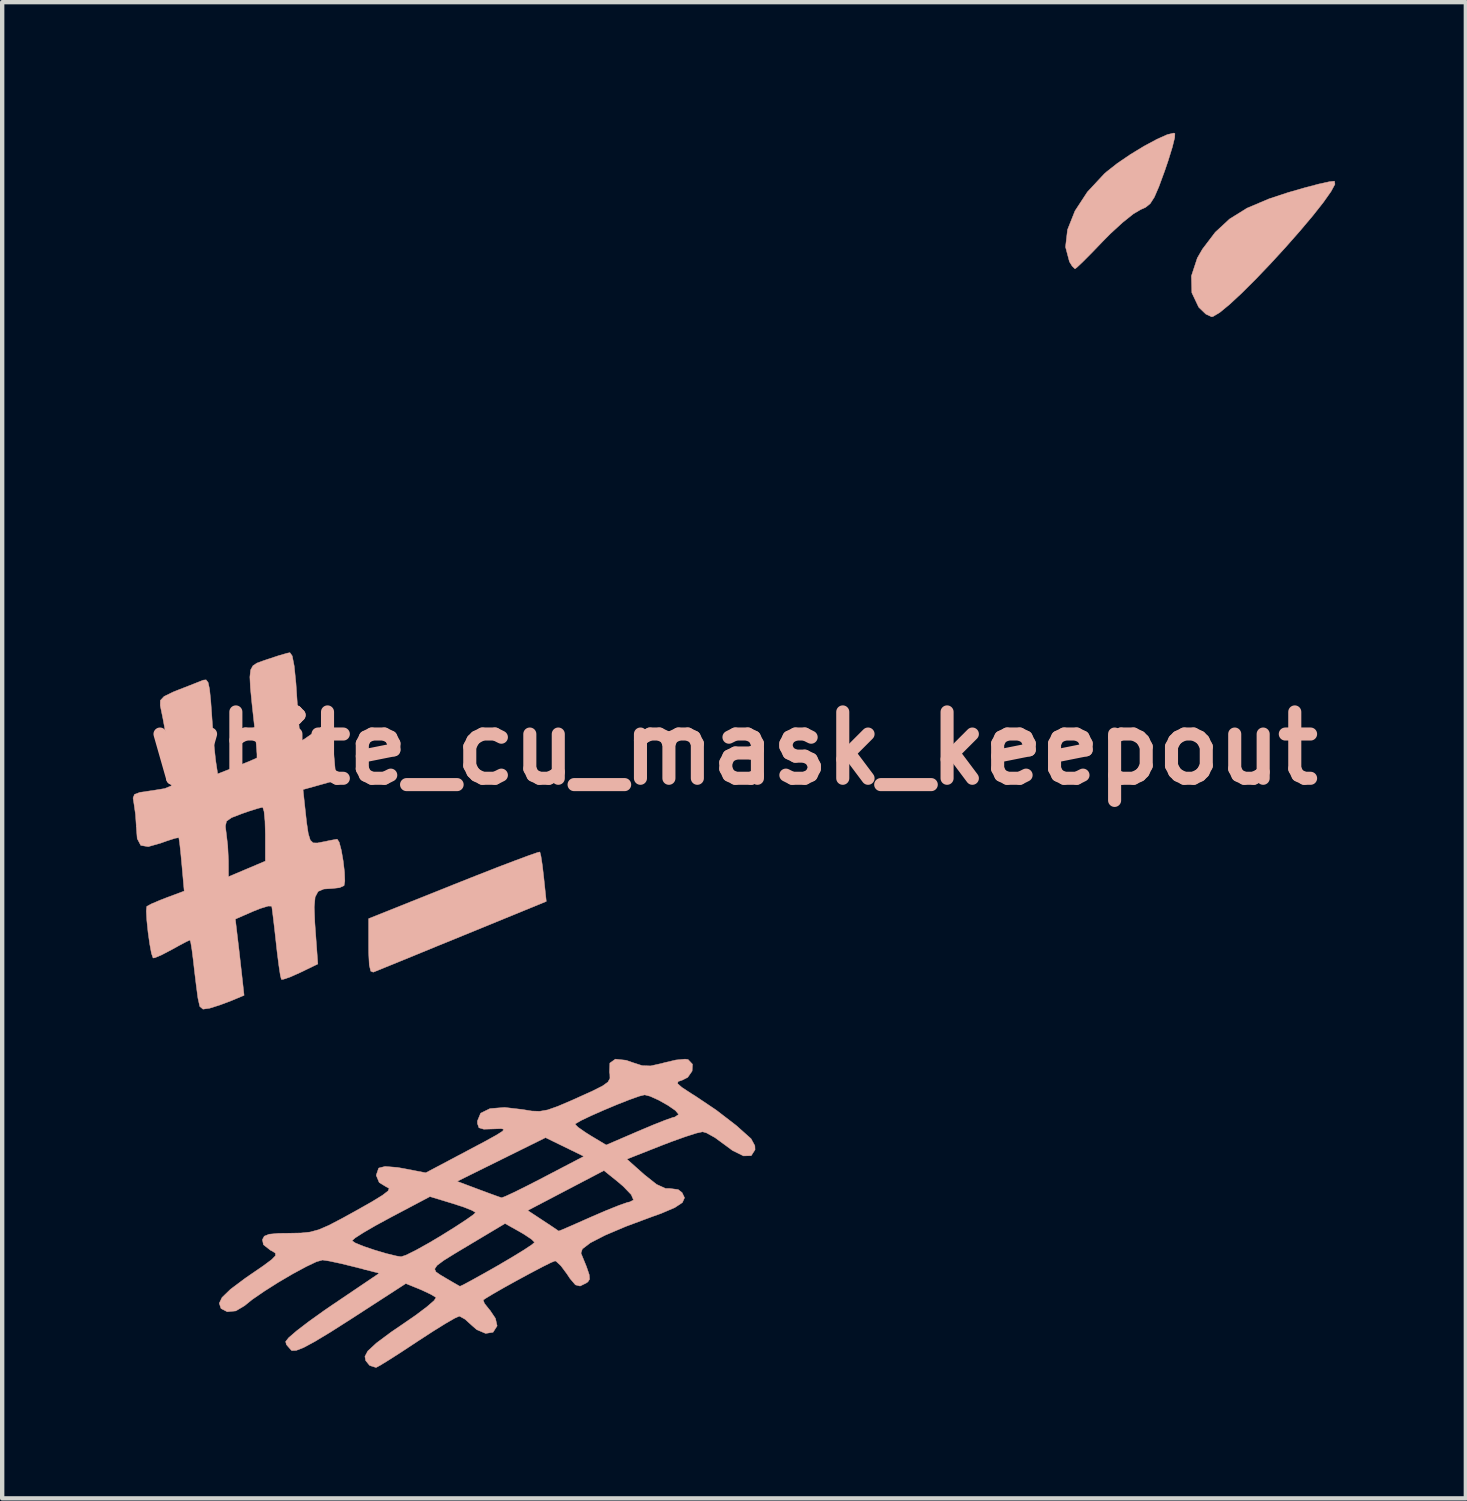
<source format=kicad_pcb>
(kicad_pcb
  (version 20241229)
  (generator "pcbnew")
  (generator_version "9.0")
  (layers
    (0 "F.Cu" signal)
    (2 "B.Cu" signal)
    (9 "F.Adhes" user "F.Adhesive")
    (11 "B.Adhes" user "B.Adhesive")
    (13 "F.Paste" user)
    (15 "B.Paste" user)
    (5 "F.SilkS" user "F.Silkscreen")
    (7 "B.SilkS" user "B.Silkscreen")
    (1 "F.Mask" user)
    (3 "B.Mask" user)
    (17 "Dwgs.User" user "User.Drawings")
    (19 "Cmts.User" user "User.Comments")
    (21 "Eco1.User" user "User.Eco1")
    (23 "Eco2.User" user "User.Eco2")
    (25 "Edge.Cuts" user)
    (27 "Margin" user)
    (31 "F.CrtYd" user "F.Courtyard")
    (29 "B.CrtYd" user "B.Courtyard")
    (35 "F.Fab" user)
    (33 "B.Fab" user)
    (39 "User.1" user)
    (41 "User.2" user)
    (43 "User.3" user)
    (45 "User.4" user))
  (footprint "white_cu_mask_keepout"
    (layer "F.Cu")
    (at 13.795 14.129)
    (property "Reference" "white_cu_mask_keepout" (at 0 0 0) (layer "B.SilkS") (effects (font (size 1.524 1.524) (thickness 0.3))))
    (attr through_hole)
    (fp_poly (pts (xy -4.426 2.475) (xy -4.393 2.69) (xy -4.361 2.964) (xy -4.303 3.516) (xy -6.236 4.308) (xy -6.776 4.528) (xy -7.265 4.729) (xy -7.683 4.9) (xy -8.007 5.032) (xy -8.213 5.116) (xy -8.276 5.141) (xy -8.333 5.118) (xy -8.367 4.977) (xy -8.381 4.698) (xy -8.382 4.548) (xy -8.382 3.912) (xy -6.431 3.131) (xy -5.894 2.918) (xy -5.412 2.729) (xy -5.004 2.574) (xy -4.694 2.459) (xy -4.503 2.393) (xy -4.45 2.381) (xy -4.426 2.475)) (stroke (width 0.01) (type solid)) (fill yes) (layer "B.SilkS"))
    (fp_poly (pts (xy 13.804 -12.95) (xy 13.713 -12.782) (xy 13.537 -12.533) (xy 13.293 -12.224) (xy 12.998 -11.874) (xy 12.671 -11.503) (xy 12.328 -11.129) (xy 11.988 -10.773) (xy 11.668 -10.454) (xy 11.385 -10.191) (xy 11.158 -10.004) (xy 11.004 -9.912) (xy 10.972 -9.906) (xy 10.839 -9.968) (xy 10.684 -10.117) (xy 10.674 -10.129) (xy 10.518 -10.458) (xy 10.508 -10.843) (xy 10.644 -11.256) (xy 10.762 -11.46) (xy 11.055 -11.846) (xy 11.384 -12.151) (xy 11.784 -12.4) (xy 12.292 -12.615) (xy 12.719 -12.756) (xy 13.104 -12.867) (xy 13.437 -12.955) (xy 13.679 -13.008) (xy 13.792 -13.02) (xy 13.804 -12.95)) (stroke (width 0.01) (type solid)) (fill yes) (layer "B.SilkS"))
    (fp_poly (pts (xy 10.129 -14.114) (xy 10.124 -14.018) (xy 10.07 -13.799) (xy 9.976 -13.495) (xy 9.898 -13.265) (xy 9.762 -12.894) (xy 9.657 -12.652) (xy 9.562 -12.504) (xy 9.456 -12.418) (xy 9.346 -12.369) (xy 9.173 -12.267) (xy 8.927 -12.07) (xy 8.646 -11.812) (xy 8.475 -11.639) (xy 8.222 -11.376) (xy 8.014 -11.167) (xy 7.876 -11.037) (xy 7.835 -11.007) (xy 7.769 -11.071) (xy 7.708 -11.17) (xy 7.618 -11.509) (xy 7.664 -11.906) (xy 7.835 -12.336) (xy 8.12 -12.772) (xy 8.507 -13.187) (xy 8.56 -13.234) (xy 8.809 -13.43) (xy 9.109 -13.634) (xy 9.422 -13.824) (xy 9.716 -13.982) (xy 9.955 -14.089) (xy 10.103 -14.124) (xy 10.129 -14.114)) (stroke (width 0.01) (type solid)) (fill yes) (layer "B.SilkS"))
    (fp_poly (pts (xy -10.136 -2.12) (xy -10.09 -1.886) (xy -10.05 -1.489) (xy -10.03 -1.185) (xy -10.003 -0.793) (xy -9.976 -0.472) (xy -9.951 -0.253) (xy -9.932 -0.169) (xy -9.932 -0.169) (xy -9.848 -0.216) (xy -9.681 -0.333) (xy -9.602 -0.393) (xy -9.418 -0.521) (xy -9.297 -0.584) (xy -9.277 -0.583) (xy -9.255 -0.489) (xy -9.225 -0.27) (xy -9.192 0.03) (xy -9.186 0.092) (xy -9.127 0.735) (xy -9.507 0.842) (xy -9.888 0.948) (xy -9.85 1.3) (xy -9.806 1.702) (xy -9.767 1.963) (xy -9.721 2.11) (xy -9.656 2.172) (xy -9.558 2.175) (xy -9.457 2.155) (xy -9.244 2.112) (xy -9.106 2.087) (xy -9.105 2.086) (xy -9.058 2.156) (xy -9.009 2.34) (xy -8.966 2.587) (xy -8.936 2.841) (xy -8.928 3.05) (xy -8.946 3.154) (xy -9.05 3.201) (xy -9.212 3.219) (xy -9.413 3.232) (xy -9.542 3.288) (xy -9.61 3.416) (xy -9.631 3.645) (xy -9.617 4.003) (xy -9.606 4.157) (xy -9.548 4.953) (xy -9.949 5.147) (xy -10.179 5.25) (xy -10.341 5.305) (xy -10.385 5.307) (xy -10.409 5.213) (xy -10.443 4.989) (xy -10.483 4.675) (xy -10.505 4.477) (xy -10.544 4.126) (xy -10.578 3.842) (xy -10.601 3.663) (xy -10.608 3.625) (xy -10.688 3.623) (xy -10.874 3.68) (xy -11.034 3.744) (xy -11.442 3.922) (xy -11.396 4.31) (xy -11.358 4.629) (xy -11.316 5.002) (xy -11.295 5.186) (xy -11.241 5.673) (xy -11.531 5.794) (xy -11.793 5.893) (xy -12.03 5.968) (xy -12.04 5.97) (xy -12.184 5.99) (xy -12.258 5.928) (xy -12.3 5.742) (xy -12.306 5.701) (xy -12.342 5.426) (xy -12.384 5.081) (xy -12.405 4.889) (xy -12.438 4.628) (xy -12.467 4.452) (xy -12.484 4.403) (xy -12.565 4.44) (xy -12.748 4.537) (xy -12.905 4.624) (xy -13.13 4.742) (xy -13.287 4.809) (xy -13.331 4.815) (xy -13.368 4.708) (xy -13.408 4.492) (xy -13.446 4.223) (xy -13.474 3.953) (xy -13.486 3.738) (xy -13.476 3.632) (xy -13.475 3.631) (xy -13.369 3.573) (xy -13.16 3.484) (xy -13.018 3.429) (xy -12.616 3.279) (xy -12.67 2.677) (xy -12.698 2.379) (xy -12.723 2.156) (xy -12.74 2.054) (xy -12.741 2.052) (xy -12.823 2.066) (xy -13.012 2.126) (xy -13.156 2.178) (xy -13.442 2.259) (xy -13.613 2.23) (xy -13.695 2.074) (xy -13.715 1.81) (xy -13.716 1.789) (xy -11.671 1.789) (xy -11.651 1.946) (xy -11.617 2.237) (xy -11.601 2.558) (xy -11.6 2.596) (xy -11.599 2.949) (xy -11.176 2.77) (xy -10.753 2.591) (xy -10.753 1.973) (xy -10.761 1.674) (xy -10.782 1.454) (xy -10.812 1.356) (xy -10.816 1.354) (xy -10.926 1.381) (xy -11.139 1.448) (xy -11.29 1.501) (xy -11.529 1.593) (xy -11.644 1.674) (xy -11.671 1.789) (xy -13.716 1.789) (xy -13.734 1.519) (xy -13.767 1.288) (xy -13.79 1.141) (xy -13.757 1.059) (xy -13.634 1.013) (xy -13.383 0.976) (xy -13.344 0.971) (xy -13.063 0.925) (xy -12.917 0.865) (xy -12.87 0.776) (xy -12.869 0.762) (xy -12.884 0.62) (xy -12.923 0.357) (xy -12.978 0.021) (xy -13.042 -0.344) (xy -13.106 -0.69) (xy -13.164 -0.972) (xy -13.166 -0.984) (xy -13.164 -1.098) (xy -13.077 -1.191) (xy -12.872 -1.291) (xy -12.762 -1.335) (xy -12.49 -1.441) (xy -12.267 -1.529) (xy -12.179 -1.564) (xy -12.114 -1.571) (xy -12.067 -1.511) (xy -12.034 -1.358) (xy -12.006 -1.082) (xy -11.985 -0.789) (xy -11.958 -0.397) (xy -11.928 -0.04) (xy -11.9 0.229) (xy -11.889 0.315) (xy -11.847 0.588) (xy -11.405 0.414) (xy -11.161 0.316) (xy -10.993 0.244) (xy -10.945 0.221) (xy -10.945 0.134) (xy -10.961 -0.081) (xy -10.99 -0.384) (xy -11.004 -0.513) (xy -11.06 -1.021) (xy -11.096 -1.387) (xy -11.108 -1.637) (xy -11.091 -1.798) (xy -11.038 -1.895) (xy -10.946 -1.956) (xy -10.809 -2.006) (xy -10.709 -2.04) (xy -10.452 -2.125) (xy -10.254 -2.182) (xy -10.189 -2.195) (xy -10.136 -2.12)) (stroke (width 0.01) (type solid)) (fill yes) (layer "B.SilkS"))
    (fp_poly (pts (xy -2.471 7.163) (xy -2.316 7.217) (xy -2.102 7.286) (xy -1.909 7.293) (xy -1.657 7.237) (xy -1.592 7.219) (xy -1.328 7.157) (xy -1.117 7.137) (xy -1.048 7.146) (xy -0.946 7.254) (xy -0.955 7.411) (xy -1.056 7.556) (xy -1.183 7.62) (xy -1.279 7.652) (xy -1.287 7.701) (xy -1.189 7.787) (xy -0.967 7.932) (xy -0.886 7.982) (xy -0.402 8.307) (xy 0.057 8.66) (xy 0.398 8.964) (xy 0.486 9.126) (xy 0.49 9.217) (xy 0.402 9.354) (xy 0.224 9.359) (xy -0.029 9.234) (xy -0.199 9.108) (xy -0.428 8.94) (xy -0.626 8.83) (xy -0.714 8.805) (xy -0.852 8.835) (xy -1.106 8.916) (xy -1.433 9.033) (xy -1.657 9.119) (xy -2.453 9.433) (xy -2.052 9.79) (xy -1.771 10.013) (xy -1.566 10.106) (xy -1.475 10.106) (xy -1.275 10.132) (xy -1.186 10.201) (xy -1.129 10.32) (xy -1.178 10.43) (xy -1.353 10.546) (xy -1.667 10.68) (xy -1.863 10.75) (xy -2.476 10.978) (xy -2.954 11.181) (xy -3.29 11.354) (xy -3.475 11.495) (xy -3.507 11.591) (xy -3.382 11.897) (xy -3.318 12.084) (xy -3.309 12.19) (xy -3.348 12.251) (xy -3.388 12.279) (xy -3.527 12.347) (xy -3.634 12.32) (xy -3.757 12.176) (xy -3.83 12.066) (xy -3.967 11.882) (xy -4.078 11.778) (xy -4.102 11.77) (xy -4.196 11.808) (xy -4.399 11.909) (xy -4.672 12.053) (xy -4.977 12.218) (xy -5.277 12.384) (xy -5.531 12.53) (xy -5.704 12.635) (xy -5.751 12.668) (xy -5.724 12.744) (xy -5.611 12.887) (xy -5.595 12.904) (xy -5.47 13.09) (xy -5.432 13.259) (xy -5.433 13.264) (xy -5.525 13.408) (xy -5.696 13.435) (xy -5.9 13.348) (xy -6.008 13.254) (xy -6.168 13.109) (xy -6.292 13.04) (xy -6.301 13.039) (xy -6.403 13.084) (xy -6.615 13.206) (xy -6.906 13.387) (xy -7.248 13.609) (xy -7.281 13.631) (xy -7.621 13.855) (xy -7.908 14.039) (xy -8.113 14.165) (xy -8.21 14.217) (xy -8.213 14.217) (xy -8.321 14.183) (xy -8.361 14.168) (xy -8.45 14.058) (xy -8.467 13.963) (xy -8.402 13.84) (xy -8.202 13.655) (xy -7.862 13.402) (xy -7.618 13.236) (xy -7.296 13.014) (xy -7.042 12.822) (xy -6.879 12.681) (xy -6.833 12.61) (xy -6.834 12.609) (xy -6.95 12.539) (xy -7.155 12.442) (xy -7.214 12.417) (xy -7.528 12.289) (xy -8.776 13.097) (xy -9.258 13.404) (xy -9.618 13.621) (xy -9.874 13.759) (xy -10.043 13.825) (xy -10.142 13.829) (xy -10.156 13.822) (xy -10.269 13.693) (xy -10.287 13.622) (xy -10.22 13.536) (xy -10.036 13.377) (xy -9.758 13.164) (xy -9.412 12.916) (xy -9.212 12.779) (xy -8.137 12.053) (xy -8.516 11.955) (xy -6.866 11.955) (xy -6.836 12.022) (xy -6.735 12.092) (xy -6.629 12.155) (xy -6.429 12.272) (xy -6.303 12.344) (xy -6.284 12.353) (xy -6.206 12.317) (xy -6.011 12.212) (xy -5.73 12.056) (xy -5.416 11.878) (xy -5.083 11.682) (xy -4.812 11.516) (xy -4.632 11.396) (xy -4.572 11.343) (xy -4.639 11.275) (xy -4.809 11.161) (xy -4.911 11.101) (xy -5.25 10.911) (xy -5.99 11.353) (xy -6.388 11.591) (xy -6.657 11.758) (xy -6.811 11.873) (xy -6.866 11.955) (xy -8.516 11.955) (xy -8.704 11.907) (xy -9.017 11.83) (xy -9.284 11.773) (xy -9.44 11.749) (xy -9.579 11.788) (xy -9.819 11.902) (xy -10.124 12.067) (xy -10.456 12.262) (xy -10.778 12.466) (xy -11.053 12.655) (xy -11.231 12.799) (xy -11.431 12.918) (xy -11.628 12.937) (xy -11.771 12.863) (xy -11.811 12.742) (xy -11.748 12.61) (xy -11.554 12.422) (xy -11.219 12.171) (xy -11.115 12.099) (xy -10.8 11.883) (xy -10.608 11.74) (xy -10.521 11.651) (xy -10.521 11.593) (xy -10.592 11.546) (xy -10.634 11.526) (xy -10.797 11.398) (xy -10.815 11.306) (xy -8.763 11.306) (xy -8.689 11.357) (xy -8.501 11.434) (xy -8.247 11.52) (xy -7.978 11.6) (xy -7.743 11.657) (xy -7.635 11.674) (xy -7.521 11.636) (xy -7.299 11.526) (xy -7.001 11.36) (xy -6.726 11.197) (xy -6.405 10.997) (xy -6.145 10.827) (xy -5.977 10.708) (xy -5.927 10.66) (xy -6.001 10.612) (xy -6.002 10.612) (xy -4.73 10.612) (xy -4.376 10.845) (xy -4.173 10.979) (xy -4.043 11.067) (xy -4.018 11.085) (xy -3.944 11.056) (xy -3.749 10.972) (xy -3.466 10.847) (xy -3.256 10.754) (xy -2.919 10.609) (xy -2.634 10.495) (xy -2.44 10.427) (xy -2.385 10.415) (xy -2.3 10.371) (xy -2.353 10.248) (xy -2.536 10.058) (xy -2.659 9.953) (xy -2.979 9.695) (xy -4.73 10.612) (xy -6.002 10.612) (xy -6.195 10.535) (xy -6.45 10.452) (xy -6.974 10.293) (xy -7.869 10.766) (xy -8.216 10.954) (xy -8.5 11.119) (xy -8.692 11.242) (xy -8.763 11.306) (xy -8.763 11.306) (xy -10.815 11.306) (xy -10.82 11.281) (xy -10.778 11.202) (xy -10.666 11.157) (xy -10.449 11.137) (xy -10.194 11.134) (xy -9.935 11.129) (xy -9.726 11.107) (xy -9.527 11.053) (xy -9.295 10.953) (xy -8.989 10.793) (xy -8.686 10.626) (xy -8.307 10.412) (xy -8.063 10.262) (xy -7.936 10.164) (xy -7.91 10.106) (xy -7.968 10.073) (xy -7.972 10.072) (xy -8.139 9.97) (xy -8.15 9.943) (xy -6.35 9.943) (xy -5.863 10.126) (xy -5.599 10.224) (xy -5.403 10.295) (xy -5.327 10.32) (xy -5.238 10.286) (xy -5.029 10.189) (xy -4.732 10.041) (xy -4.377 9.859) (xy -4.359 9.849) (xy -3.44 9.369) (xy -4.32 8.939) (xy -5.335 9.441) (xy -6.35 9.943) (xy -8.15 9.943) (xy -8.208 9.804) (xy -8.153 9.643) (xy -8.147 9.637) (xy -8.004 9.601) (xy -7.719 9.624) (xy -7.567 9.651) (xy -7.07 9.747) (xy -6.096 9.231) (xy -5.702 9.022) (xy -5.444 8.879) (xy -5.307 8.792) (xy -5.277 8.747) (xy -5.338 8.733) (xy -5.478 8.738) (xy -5.503 8.739) (xy -5.738 8.746) (xy -5.849 8.713) (xy -5.877 8.633) (xy -3.641 8.633) (xy -3.575 8.7) (xy -3.406 8.818) (xy -3.284 8.895) (xy -2.927 9.109) (xy -2.182 8.788) (xy -1.852 8.649) (xy -1.577 8.54) (xy -1.398 8.477) (xy -1.353 8.467) (xy -1.272 8.413) (xy -1.27 8.398) (xy -1.339 8.316) (xy -1.507 8.2) (xy -1.719 8.08) (xy -1.92 7.989) (xy -2.044 7.957) (xy -2.167 7.987) (xy -2.392 8.067) (xy -2.679 8.18) (xy -2.986 8.309) (xy -3.274 8.436) (xy -3.501 8.544) (xy -3.627 8.617) (xy -3.641 8.633) (xy -5.877 8.633) (xy -5.883 8.618) (xy -5.884 8.557) (xy -5.81 8.378) (xy -5.596 8.273) (xy -5.26 8.246) (xy -4.854 8.293) (xy -4.633 8.329) (xy -4.454 8.335) (xy -4.272 8.303) (xy -4.042 8.222) (xy -3.716 8.083) (xy -3.594 8.028) (xy -3.238 7.867) (xy -3.012 7.753) (xy -2.888 7.664) (xy -2.841 7.58) (xy -2.844 7.48) (xy -2.852 7.438) (xy -2.844 7.228) (xy -2.717 7.137) (xy -2.471 7.163)) (stroke (width 0.01) (type solid)) (fill yes) (layer "B.SilkS")))
  (gr_rect
    (start -3 -3)
    (end 30.604 31.351)
    (stroke (width 0.1) (type default))
    (fill no)
    (layer "Edge.Cuts")))
</source>
